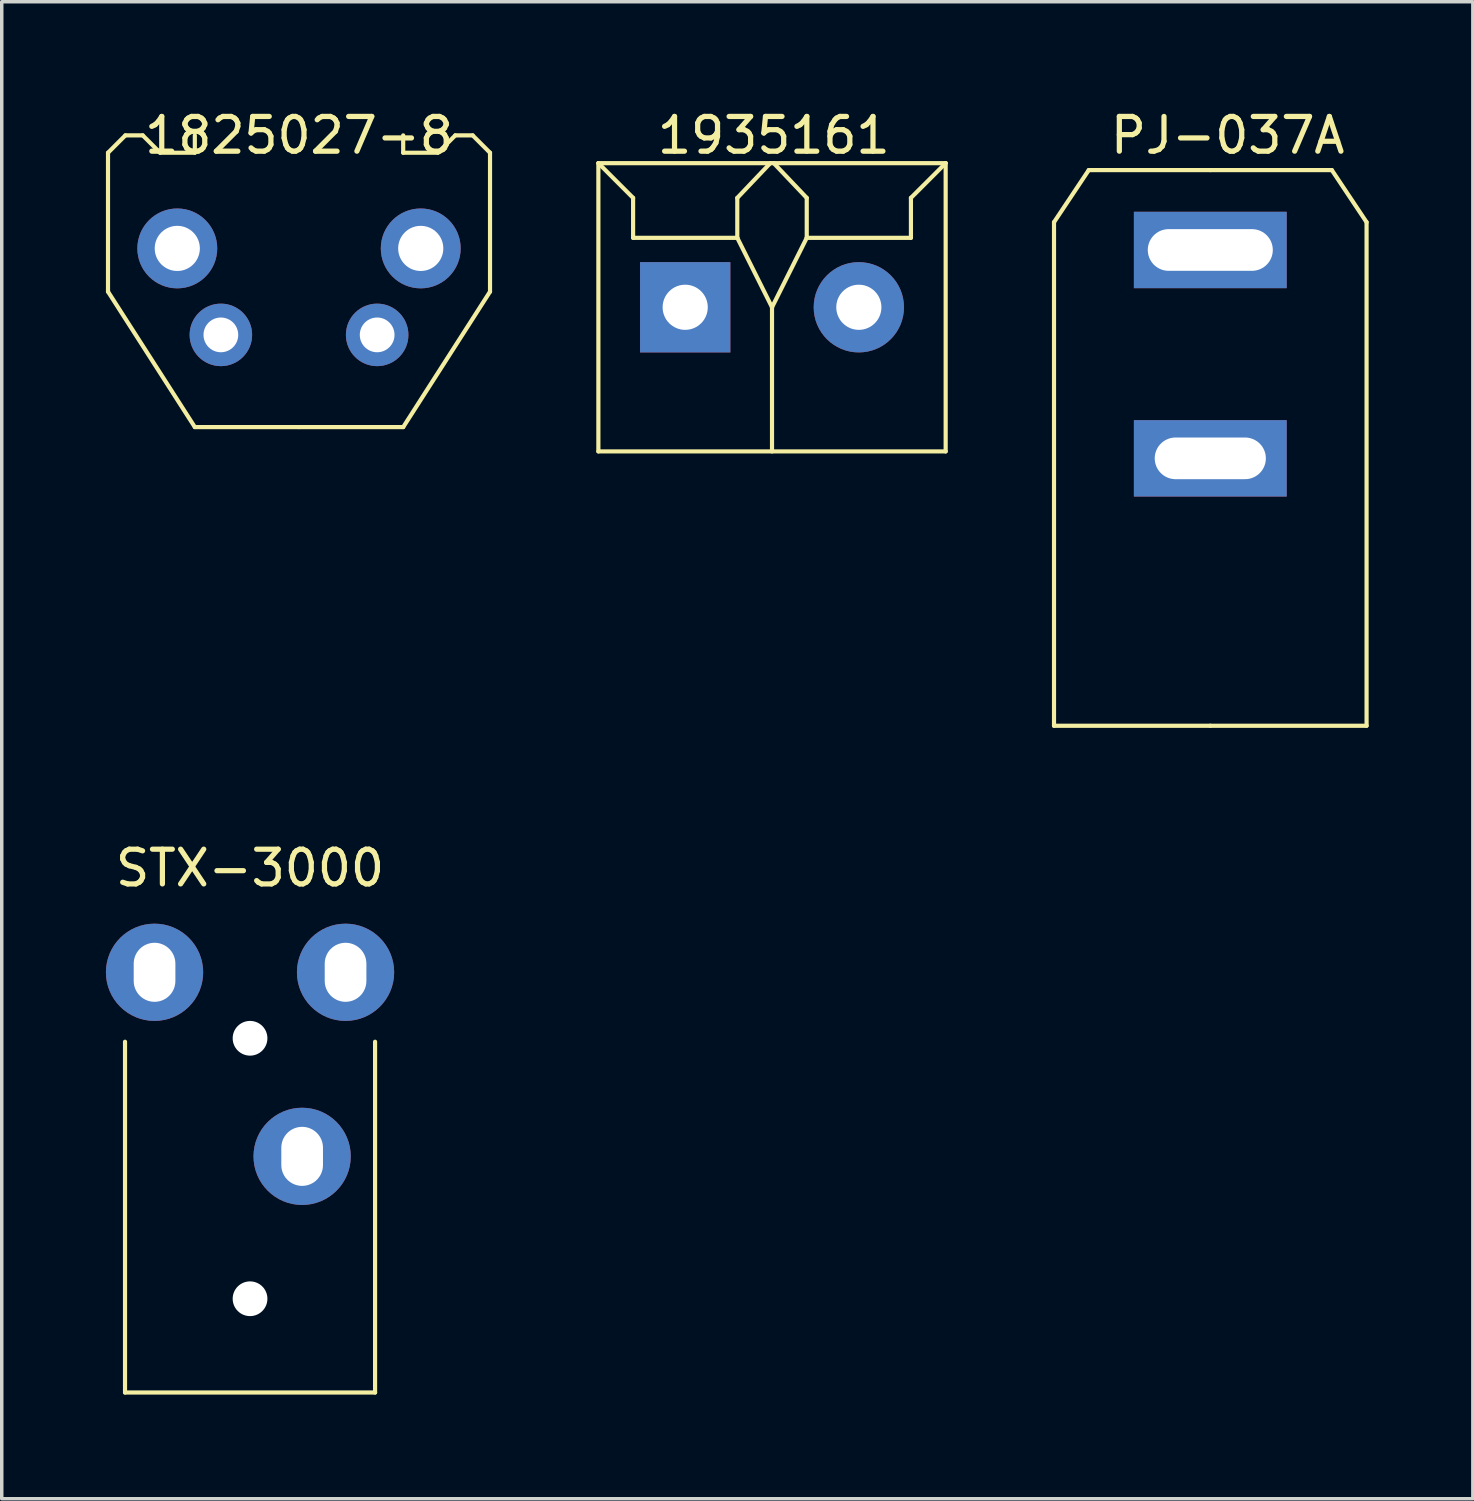
<source format=kicad_pcb>
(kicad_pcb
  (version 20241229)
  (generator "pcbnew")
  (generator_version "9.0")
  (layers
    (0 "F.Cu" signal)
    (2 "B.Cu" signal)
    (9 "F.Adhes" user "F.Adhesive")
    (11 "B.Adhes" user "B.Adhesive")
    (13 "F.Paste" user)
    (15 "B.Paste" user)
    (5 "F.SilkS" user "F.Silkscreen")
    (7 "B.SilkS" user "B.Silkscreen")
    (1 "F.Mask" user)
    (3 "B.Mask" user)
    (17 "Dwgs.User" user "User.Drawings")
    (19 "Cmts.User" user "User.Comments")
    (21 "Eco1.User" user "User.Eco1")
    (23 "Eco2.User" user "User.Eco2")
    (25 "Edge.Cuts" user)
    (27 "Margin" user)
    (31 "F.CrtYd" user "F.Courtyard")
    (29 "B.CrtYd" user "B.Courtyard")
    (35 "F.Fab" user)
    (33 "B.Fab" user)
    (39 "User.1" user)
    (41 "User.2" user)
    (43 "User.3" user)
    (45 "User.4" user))
  (footprint "1935161"
    (layer "F.Cu")
    (at 19.18 5.798)
    (property "Reference" "1935161" (at 0.05 -4.95 0) (layer "F.SilkS") (effects (font (size 1 1) (thickness 0.15))))
    (attr through_hole)
    (fp_line (start -5 -4.15) (end -4 -3.15) (stroke (width 0.12) (type solid)) (layer "F.SilkS"))
    (fp_line (start -5 -4.15) (end 5 -4.15) (stroke (width 0.12) (type solid)) (layer "F.SilkS"))
    (fp_line (start -5 4.15) (end -5 -4.15) (stroke (width 0.12) (type solid)) (layer "F.SilkS"))
    (fp_line (start -4 -3.15) (end -4 -2) (stroke (width 0.12) (type solid)) (layer "F.SilkS"))
    (fp_line (start -4 -2) (end -1 -2) (stroke (width 0.12) (type solid)) (layer "F.SilkS"))
    (fp_line (start -1 -3.15) (end -0.05 -4.15) (stroke (width 0.12) (type solid)) (layer "F.SilkS"))
    (fp_line (start -1 -2) (end -1 -3.15) (stroke (width 0.12) (type solid)) (layer "F.SilkS"))
    (fp_line (start -1 -2) (end 0 0) (stroke (width 0.12) (type solid)) (layer "F.SilkS"))
    (fp_line (start 0 0) (end 0 4.15) (stroke (width 0.12) (type solid)) (layer "F.SilkS"))
    (fp_line (start 0 0) (end 1 -2) (stroke (width 0.12) (type solid)) (layer "F.SilkS"))
    (fp_line (start 1 -3.15) (end 0.05 -4.15) (stroke (width 0.12) (type solid)) (layer "F.SilkS"))
    (fp_line (start 1 -2) (end 1 -3.15) (stroke (width 0.12) (type solid)) (layer "F.SilkS"))
    (fp_line (start 4 -3.15) (end 4 -2) (stroke (width 0.12) (type solid)) (layer "F.SilkS"))
    (fp_line (start 4 -2) (end 1 -2) (stroke (width 0.12) (type solid)) (layer "F.SilkS"))
    (fp_line (start 5 -4.15) (end 4 -3.15) (stroke (width 0.12) (type solid)) (layer "F.SilkS"))
    (fp_line (start 5 -4.15) (end 5 4.15) (stroke (width 0.12) (type solid)) (layer "F.SilkS"))
    (fp_line (start 5 4.15) (end -5 4.15) (stroke (width 0.12) (type solid)) (layer "F.SilkS"))
    (pad "1" thru_hole rect (at -2.5 0) (size 2.6 2.6) (drill 1.3) (layers "*.Cu" "*.Mask"))
    (pad "2" thru_hole circle (at 2.5 0) (size 2.6 2.6) (drill 1.3) (layers "*.Cu" "*.Mask")))
  (footprint "PJ-037A"
    (layer "F.Cu")
    (at 31.8 17.848)
    (property "Reference" "PJ-037A" (at 0.5 -17 0) (layer "F.SilkS") (effects (font (size 1 1) (thickness 0.15))))
    (attr through_hole)
    (fp_line (start -4.5 -14.5) (end -3.5 -16) (stroke (width 0.12) (type solid)) (layer "F.SilkS"))
    (fp_line (start -4.5 0) (end -4.5 -14.5) (stroke (width 0.12) (type solid)) (layer "F.SilkS"))
    (fp_line (start -3.5 -16) (end 0 -16) (stroke (width 0.12) (type solid)) (layer "F.SilkS"))
    (fp_line (start 0 0) (end -4.5 0) (stroke (width 0.12) (type solid)) (layer "F.SilkS"))
    (fp_line (start 0 0) (end 4.5 0) (stroke (width 0.12) (type solid)) (layer "F.SilkS"))
    (fp_line (start 3.5 -16) (end 0 -16) (stroke (width 0.12) (type solid)) (layer "F.SilkS"))
    (fp_line (start 4.5 -14.5) (end 3.5 -16) (stroke (width 0.12) (type solid)) (layer "F.SilkS"))
    (fp_line (start 4.5 0) (end 4.5 -14.5) (stroke (width 0.12) (type solid)) (layer "F.SilkS"))
    (pad "1" thru_hole rect (at 0 -13.7 90) (size 2.2 4.4) (drill oval 1.2 3.6) (layers "*.Cu" "*.Mask"))
    (pad "2" thru_hole rect (at 0 -7.7 90) (size 2.2 4.4) (drill oval 1.2 3.2) (layers "*.Cu" "*.Mask")))
  (footprint "1825027-8"
    (layer "F.Cu")
    (at 5.56 5.348)
    (property "Reference" "1825027-8" (at 0 -4.5 0) (layer "F.SilkS") (effects (font (size 1 1) (thickness 0.15))))
    (attr through_hole)
    (fp_line (start -5.5 -4) (end -5 -4.5) (stroke (width 0.12) (type solid)) (layer "F.SilkS"))
    (fp_line (start -5.5 0) (end -5.5 -4) (stroke (width 0.12) (type solid)) (layer "F.SilkS"))
    (fp_line (start -5 -4.5) (end -4.5 -4.5) (stroke (width 0.12) (type solid)) (layer "F.SilkS"))
    (fp_line (start -4.5 -4.5) (end -4 -4) (stroke (width 0.12) (type solid)) (layer "F.SilkS"))
    (fp_line (start -4 -4) (end -3 -4) (stroke (width 0.12) (type solid)) (layer "F.SilkS"))
    (fp_line (start -3 -4) (end -3 -4.5) (stroke (width 0.12) (type solid)) (layer "F.SilkS"))
    (fp_line (start -3 3.9) (end -5.5 0) (stroke (width 0.12) (type solid)) (layer "F.SilkS"))
    (fp_line (start -3 3.9) (end 0 3.9) (stroke (width 0.12) (type solid)) (layer "F.SilkS"))
    (fp_line (start 0 3.9) (end 3 3.9) (stroke (width 0.12) (type solid)) (layer "F.SilkS"))
    (fp_line (start 3 -4) (end 3 -4.5) (stroke (width 0.12) (type solid)) (layer "F.SilkS"))
    (fp_line (start 3 3.9) (end 5.5 0) (stroke (width 0.12) (type solid)) (layer "F.SilkS"))
    (fp_line (start 4 -4) (end 3 -4) (stroke (width 0.12) (type solid)) (layer "F.SilkS"))
    (fp_line (start 4.5 -4.5) (end 4 -4) (stroke (width 0.12) (type solid)) (layer "F.SilkS"))
    (fp_line (start 5 -4.5) (end 4.5 -4.5) (stroke (width 0.12) (type solid)) (layer "F.SilkS"))
    (fp_line (start 5.5 -4) (end 5 -4.5) (stroke (width 0.12) (type solid)) (layer "F.SilkS"))
    (fp_line (start 5.5 0) (end 5.5 -4) (stroke (width 0.12) (type solid)) (layer "F.SilkS"))
    (pad "1" thru_hole circle (at -2.25 1.245) (size 1.8 1.8) (drill 1) (layers "*.Cu" "*.Mask"))
    (pad "2" thru_hole circle (at 2.25 1.245) (size 1.8 1.8) (drill 1) (layers "*.Cu" "*.Mask"))
    (pad "M" thru_hole circle (at -3.505 -1.245) (size 2.3 2.3) (drill 1.3) (layers "*.Cu" "*.Mask"))
    (pad "M" thru_hole circle (at 3.505 -1.245) (size 2.3 2.3) (drill 1.3) (layers "*.Cu" "*.Mask")))
  (footprint "STX-3000"
    (layer "F.Cu")
    (at 4.15 24.947)
    (property "Reference" "STX-3000" (at 0 -3 0) (layer "F.SilkS") (effects (font (size 1 1) (thickness 0.15))))
    (attr through_hole)
    (fp_line (start -3.6 12.1) (end -3.6 2) (stroke (width 0.12) (type solid)) (layer "F.SilkS"))
    (fp_line (start -3.6 12.1) (end 3.6 12.1) (stroke (width 0.12) (type solid)) (layer "F.SilkS"))
    (fp_line (start 3.6 12.1) (end 3.6 2) (stroke (width 0.12) (type solid)) (layer "F.SilkS"))
    (pad "" np_thru_hole circle (at 0 1.9) (size 1 1) (drill 1) (layers "*.Cu" "*.Mask"))
    (pad "" np_thru_hole circle (at 0 9.4) (size 1 1) (drill 1) (layers "*.Cu" "*.Mask"))
    (pad "R" thru_hole circle (at 2.75 0) (size 2.8 2.8) (drill oval 1.2 1.7) (layers "*.Cu" "*.Mask"))
    (pad "S" thru_hole circle (at 1.5 5.3) (size 2.8 2.8) (drill oval 1.2 1.7) (layers "*.Cu" "*.Mask"))
    (pad "T" thru_hole circle (at -2.75 0) (size 2.8 2.8) (drill oval 1.2 1.7) (layers "*.Cu" "*.Mask")))
  (gr_rect
    (start -3 -3)
    (end 39.36 40.106)
    (stroke (width 0.1) (type default))
    (fill no)
    (layer "Edge.Cuts")))
</source>
